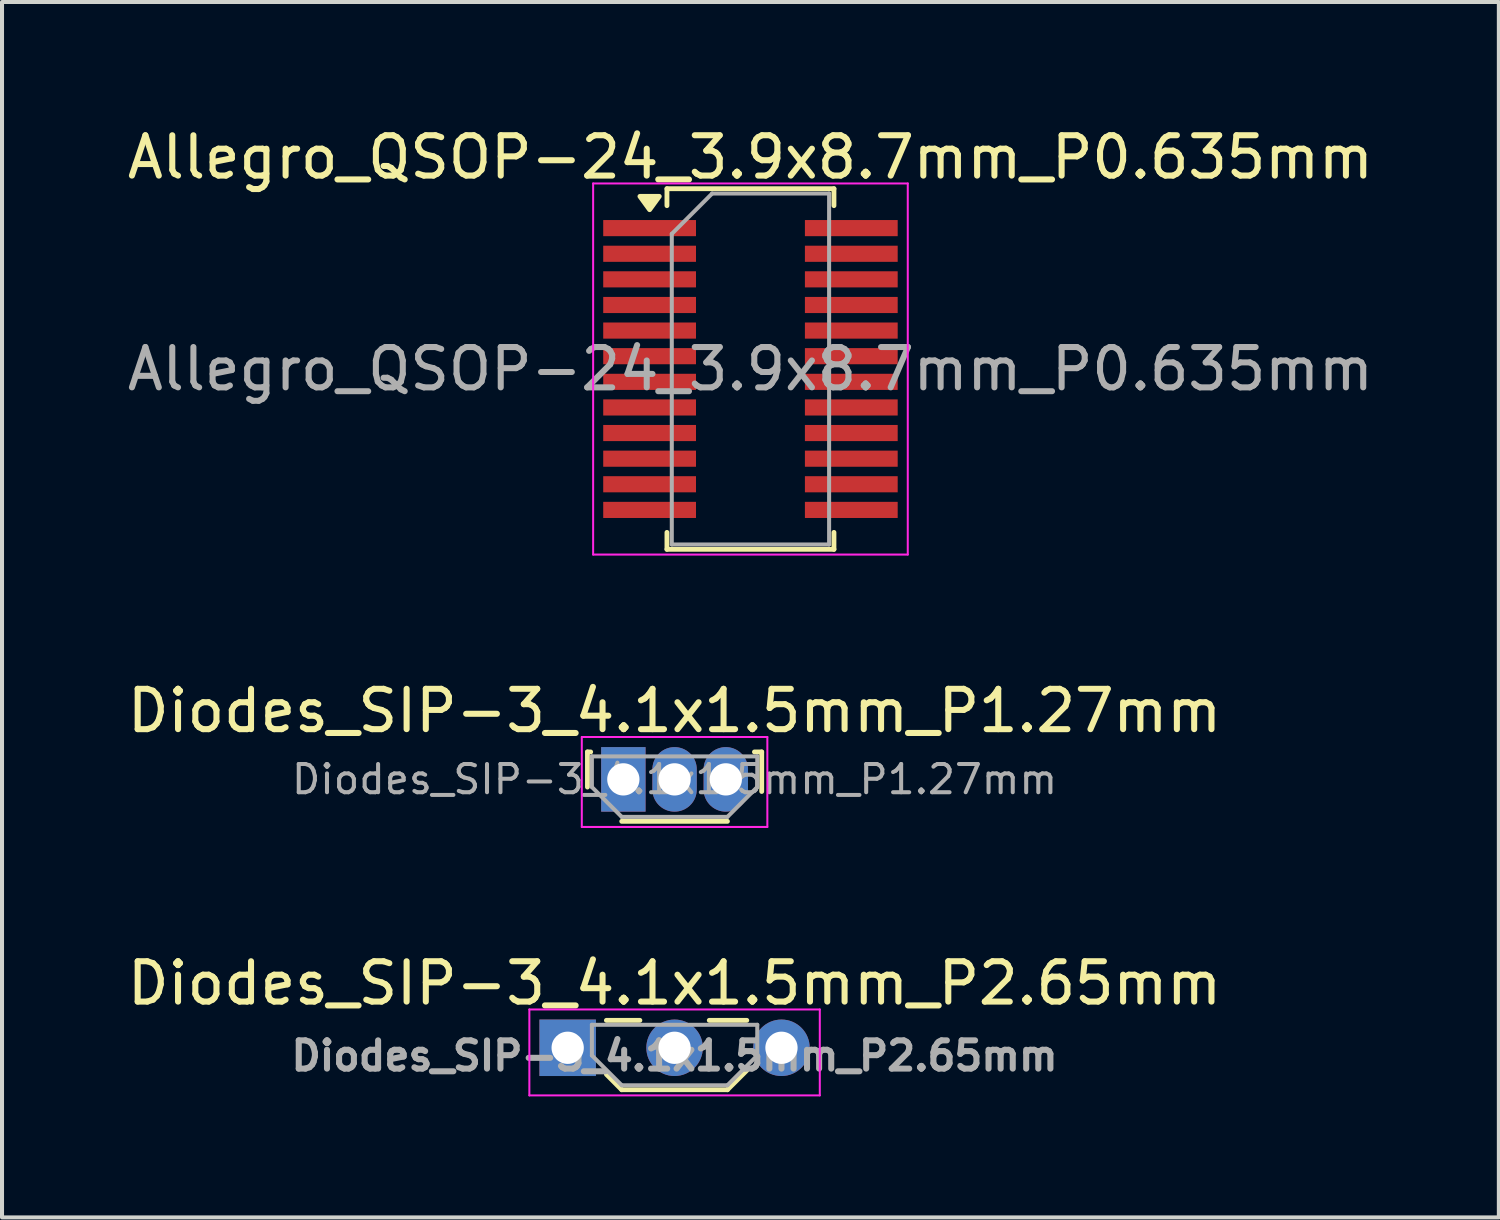
<source format=kicad_pcb>
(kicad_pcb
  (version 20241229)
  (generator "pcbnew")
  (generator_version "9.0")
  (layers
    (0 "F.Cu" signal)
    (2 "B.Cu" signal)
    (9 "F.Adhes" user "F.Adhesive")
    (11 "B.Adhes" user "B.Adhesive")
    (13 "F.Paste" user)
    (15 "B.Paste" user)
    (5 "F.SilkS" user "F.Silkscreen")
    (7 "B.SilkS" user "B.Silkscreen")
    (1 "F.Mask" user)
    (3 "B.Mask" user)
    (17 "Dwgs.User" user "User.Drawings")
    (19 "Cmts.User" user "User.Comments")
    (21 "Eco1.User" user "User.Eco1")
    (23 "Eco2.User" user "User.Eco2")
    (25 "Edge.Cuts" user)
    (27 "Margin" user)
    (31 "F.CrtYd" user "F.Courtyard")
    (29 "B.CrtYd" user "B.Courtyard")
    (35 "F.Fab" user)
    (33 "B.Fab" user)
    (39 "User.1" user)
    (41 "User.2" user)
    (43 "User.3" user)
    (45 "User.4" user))
  (footprint "Diodes_SIP-3_4.1x1.5mm_P1.27mm"
    (layer "F.Cu")
    (at 12.403 16.271)
    (property "Reference" "Diodes_SIP-3_4.1x1.5mm_P1.27mm" (at 1.27 -1.7 0) (layer "F.SilkS") (effects (font (size 1 1) (thickness 0.15))))
    (attr through_hole)
    (fp_line (start -0.89 -0.68) (end -0.89 0.19) (stroke (width 0.12) (type solid)) (layer "F.SilkS"))
    (fp_line (start -0.81 -0.68) (end -0.89 -0.68) (stroke (width 0.12) (type solid)) (layer "F.SilkS"))
    (fp_line (start -0.04 1.04) (end 2.58 1.04) (stroke (width 0.12) (type solid)) (layer "F.SilkS"))
    (fp_line (start 3.25 -0.68) (end 3.43 -0.68) (stroke (width 0.12) (type solid)) (layer "F.SilkS"))
    (fp_line (start 3.43 -0.68) (end 3.43 0.3) (stroke (width 0.12) (type solid)) (layer "F.SilkS"))
    (fp_line (start -1.03 -1.05) (end -1.03 1.18) (stroke (width 0.05) (type solid)) (layer "F.CrtYd"))
    (fp_line (start -1.03 1.18) (end 3.57 1.18) (stroke (width 0.05) (type solid)) (layer "F.CrtYd"))
    (fp_line (start 3.57 -1.05) (end -1.03 -1.05) (stroke (width 0.05) (type solid)) (layer "F.CrtYd"))
    (fp_line (start 3.57 -1.05) (end 3.57 1.18) (stroke (width 0.05) (type solid)) (layer "F.CrtYd"))
    (fp_line (start -0.78 -0.57) (end -0.78 0.19) (stroke (width 0.1) (type solid)) (layer "F.Fab"))
    (fp_line (start -0.78 -0.57) (end 3.32 -0.57) (stroke (width 0.1) (type solid)) (layer "F.Fab"))
    (fp_line (start -0.78 0.19) (end -0.04 0.93) (stroke (width 0.1) (type solid)) (layer "F.Fab"))
    (fp_line (start -0.04 0.93) (end 2.58 0.93) (stroke (width 0.1) (type solid)) (layer "F.Fab"))
    (fp_line (start 3.32 -0.57) (end 3.32 0.19) (stroke (width 0.1) (type solid)) (layer "F.Fab"))
    (fp_line (start 3.32 0.19) (end 2.58 0.93) (stroke (width 0.1) (type solid)) (layer "F.Fab"))
    (fp_text user "${REFERENCE}" (at 1.27 0 0) (layer "F.Fab") (effects (font (size 0.7 0.7) (thickness 0.1))))
    (pad "1" thru_hole rect (at 0 0) (size 1.1 1.6) (drill 0.8) (layers "*.Cu" "*.Mask"))
    (pad "2" thru_hole oval (at 1.27 0) (size 1.1 1.6) (drill 0.8) (layers "*.Cu" "*.Mask"))
    (pad "3" thru_hole oval (at 2.54 0) (size 1.1 1.6) (drill 0.8) (layers "*.Cu" "*.Mask")))
  (footprint "Allegro_QSOP-24_3.9x8.7mm_P0.635mm"
    (layer "F.Cu")
    (at 15.554 6.098)
    (property "Reference" "Allegro_QSOP-24_3.9x8.7mm_P0.635mm" (at 0 -5.25 0) (layer "F.SilkS") (effects (font (size 1 1) (thickness 0.15))))
    (attr smd)
    (fp_line (start -2.07 -4.47) (end -2.07 -4.05) (stroke (width 0.12) (type solid)) (layer "F.SilkS"))
    (fp_line (start -2.07 -4.47) (end 2.07 -4.47) (stroke (width 0.12) (type solid)) (layer "F.SilkS"))
    (fp_line (start -2.07 4.47) (end -2.07 4.05) (stroke (width 0.12) (type solid)) (layer "F.SilkS"))
    (fp_line (start -2.07 4.47) (end 2.07 4.47) (stroke (width 0.12) (type solid)) (layer "F.SilkS"))
    (fp_line (start 2.07 -4.47) (end 2.07 -4.05) (stroke (width 0.12) (type solid)) (layer "F.SilkS"))
    (fp_line (start 2.07 4.47) (end 2.07 4.05) (stroke (width 0.12) (type solid)) (layer "F.SilkS"))
    (fp_poly (pts (xy -2.5 -3.95) (xy -2.74 -4.28) (xy -2.26 -4.28) (xy -2.5 -3.95)) (stroke (width 0.12) (type solid)) (fill yes) (layer "F.SilkS"))
    (fp_line (start -3.9 -4.6) (end -3.9 4.6) (stroke (width 0.05) (type solid)) (layer "F.CrtYd"))
    (fp_line (start -3.9 -4.6) (end 3.9 -4.6) (stroke (width 0.05) (type solid)) (layer "F.CrtYd"))
    (fp_line (start -3.9 4.6) (end 3.9 4.6) (stroke (width 0.05) (type solid)) (layer "F.CrtYd"))
    (fp_line (start 3.9 -4.6) (end 3.9 4.6) (stroke (width 0.05) (type solid)) (layer "F.CrtYd"))
    (fp_line (start -1.95 -3.35) (end -0.95 -4.35) (stroke (width 0.1) (type solid)) (layer "F.Fab"))
    (fp_line (start -1.95 4.35) (end -1.95 -3.35) (stroke (width 0.1) (type solid)) (layer "F.Fab"))
    (fp_line (start -0.95 -4.35) (end 1.95 -4.35) (stroke (width 0.1) (type solid)) (layer "F.Fab"))
    (fp_line (start 1.95 -4.35) (end 1.95 4.35) (stroke (width 0.1) (type solid)) (layer "F.Fab"))
    (fp_line (start 1.95 4.35) (end -1.95 4.35) (stroke (width 0.1) (type solid)) (layer "F.Fab"))
    (fp_text user "${REFERENCE}" (at 0 0 0) (layer "F.Fab") (effects (font (size 1 1) (thickness 0.15))))
    (pad "1" smd rect (at -2.5 -3.493) (size 2.3 0.4) (layers "F.Cu" "F.Mask" "F.Paste"))
    (pad "2" smd rect (at -2.5 -2.857) (size 2.3 0.4) (layers "F.Cu" "F.Mask" "F.Paste"))
    (pad "3" smd rect (at -2.5 -2.223) (size 2.3 0.4) (layers "F.Cu" "F.Mask" "F.Paste"))
    (pad "4" smd rect (at -2.5 -1.587) (size 2.3 0.4) (layers "F.Cu" "F.Mask" "F.Paste"))
    (pad "5" smd rect (at -2.5 -0.953) (size 2.3 0.4) (layers "F.Cu" "F.Mask" "F.Paste"))
    (pad "6" smd rect (at -2.5 -0.318) (size 2.3 0.4) (layers "F.Cu" "F.Mask" "F.Paste"))
    (pad "7" smd rect (at -2.5 0.318) (size 2.3 0.4) (layers "F.Cu" "F.Mask" "F.Paste"))
    (pad "8" smd rect (at -2.5 0.953) (size 2.3 0.4) (layers "F.Cu" "F.Mask" "F.Paste"))
    (pad "9" smd rect (at -2.5 1.587) (size 2.3 0.4) (layers "F.Cu" "F.Mask" "F.Paste"))
    (pad "10" smd rect (at -2.5 2.223) (size 2.3 0.4) (layers "F.Cu" "F.Mask" "F.Paste"))
    (pad "11" smd rect (at -2.5 2.857) (size 2.3 0.4) (layers "F.Cu" "F.Mask" "F.Paste"))
    (pad "12" smd rect (at -2.5 3.493) (size 2.3 0.4) (layers "F.Cu" "F.Mask" "F.Paste"))
    (pad "13" smd rect (at 2.5 3.493) (size 2.3 0.4) (layers "F.Cu" "F.Mask" "F.Paste"))
    (pad "14" smd rect (at 2.5 2.857) (size 2.3 0.4) (layers "F.Cu" "F.Mask" "F.Paste"))
    (pad "15" smd rect (at 2.5 2.223) (size 2.3 0.4) (layers "F.Cu" "F.Mask" "F.Paste"))
    (pad "16" smd rect (at 2.5 1.587) (size 2.3 0.4) (layers "F.Cu" "F.Mask" "F.Paste"))
    (pad "17" smd rect (at 2.5 0.953) (size 2.3 0.4) (layers "F.Cu" "F.Mask" "F.Paste"))
    (pad "18" smd rect (at 2.5 0.318) (size 2.3 0.4) (layers "F.Cu" "F.Mask" "F.Paste"))
    (pad "19" smd rect (at 2.5 -0.318) (size 2.3 0.4) (layers "F.Cu" "F.Mask" "F.Paste"))
    (pad "20" smd rect (at 2.5 -0.953) (size 2.3 0.4) (layers "F.Cu" "F.Mask" "F.Paste"))
    (pad "21" smd rect (at 2.5 -1.587) (size 2.3 0.4) (layers "F.Cu" "F.Mask" "F.Paste"))
    (pad "22" smd rect (at 2.5 -2.223) (size 2.3 0.4) (layers "F.Cu" "F.Mask" "F.Paste"))
    (pad "23" smd rect (at 2.5 -2.857) (size 2.3 0.4) (layers "F.Cu" "F.Mask" "F.Paste"))
    (pad "24" smd rect (at 2.5 -3.493) (size 2.3 0.4) (layers "F.Cu" "F.Mask" "F.Paste")))
  (footprint "Diodes_SIP-3_4.1x1.5mm_P2.65mm"
    (layer "F.Cu")
    (at 11.023 22.925)
    (property "Reference" "Diodes_SIP-3_4.1x1.5mm_P2.65mm" (at 2.65 -1.6 0) (layer "F.SilkS") (effects (font (size 1 1) (thickness 0.15))))
    (attr through_hole)
    (fp_line (start 0.96 -0.68) (end 1.79 -0.68) (stroke (width 0.12) (type solid)) (layer "F.SilkS"))
    (fp_line (start 0.96 0.658) (end 1.34 1.04) (stroke (width 0.12) (type solid)) (layer "F.SilkS"))
    (fp_line (start 1.34 1.04) (end 3.96 1.04) (stroke (width 0.12) (type solid)) (layer "F.SilkS"))
    (fp_line (start 3.51 -0.68) (end 4.44 -0.68) (stroke (width 0.12) (type solid)) (layer "F.SilkS"))
    (fp_line (start 4.44 0.56) (end 3.96 1.04) (stroke (width 0.12) (type solid)) (layer "F.SilkS"))
    (fp_line (start -0.95 -0.95) (end -0.95 1.18) (stroke (width 0.05) (type solid)) (layer "F.CrtYd"))
    (fp_line (start -0.95 -0.95) (end 6.25 -0.95) (stroke (width 0.05) (type solid)) (layer "F.CrtYd"))
    (fp_line (start -0.95 1.18) (end 6.25 1.18) (stroke (width 0.05) (type solid)) (layer "F.CrtYd"))
    (fp_line (start 6.25 -0.95) (end 6.25 1.18) (stroke (width 0.05) (type solid)) (layer "F.CrtYd"))
    (fp_line (start 0.6 -0.57) (end 0.6 0.19) (stroke (width 0.1) (type solid)) (layer "F.Fab"))
    (fp_line (start 0.6 -0.57) (end 4.7 -0.57) (stroke (width 0.1) (type solid)) (layer "F.Fab"))
    (fp_line (start 0.6 0.19) (end 1.34 0.93) (stroke (width 0.1) (type solid)) (layer "F.Fab"))
    (fp_line (start 1.34 0.93) (end 3.96 0.93) (stroke (width 0.1) (type solid)) (layer "F.Fab"))
    (fp_line (start 4.7 -0.57) (end 4.7 0.19) (stroke (width 0.1) (type solid)) (layer "F.Fab"))
    (fp_line (start 4.7 0.19) (end 3.96 0.93) (stroke (width 0.1) (type solid)) (layer "F.Fab"))
    (fp_text user "${REFERENCE}" (at 2.65 0.2 0) (layer "F.Fab") (effects (font (size 0.7 0.7) (thickness 0.15))))
    (pad "1" thru_hole rect (at 0 0) (size 1.4 1.4) (drill 0.8) (layers "*.Cu" "*.Mask"))
    (pad "2" thru_hole circle (at 2.65 0) (size 1.4 1.4) (drill 0.8) (layers "*.Cu" "*.Mask"))
    (pad "3" thru_hole circle (at 5.3 0) (size 1.4 1.4) (drill 0.8) (layers "*.Cu" "*.Mask")))
  (gr_rect
    (start -3 -3)
    (end 34.107 27.13)
    (stroke (width 0.1) (type default))
    (fill no)
    (layer "Edge.Cuts")))
</source>
